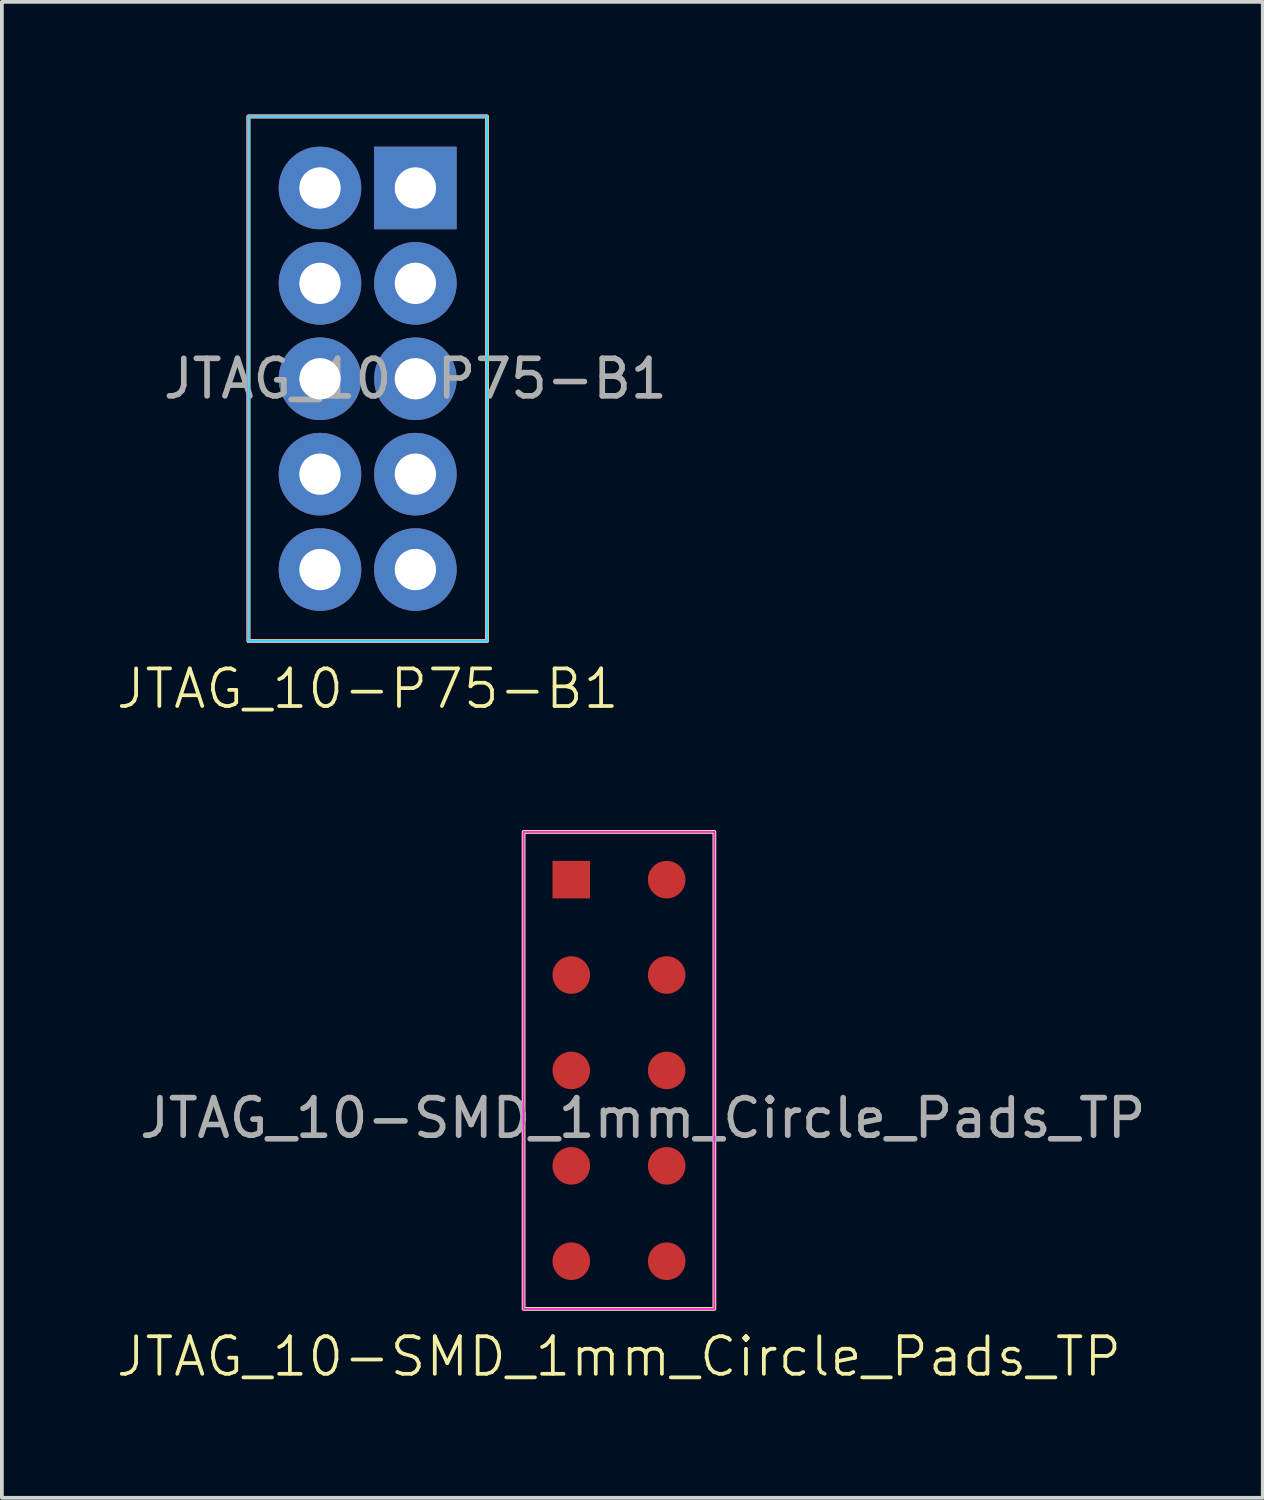
<source format=kicad_pcb>
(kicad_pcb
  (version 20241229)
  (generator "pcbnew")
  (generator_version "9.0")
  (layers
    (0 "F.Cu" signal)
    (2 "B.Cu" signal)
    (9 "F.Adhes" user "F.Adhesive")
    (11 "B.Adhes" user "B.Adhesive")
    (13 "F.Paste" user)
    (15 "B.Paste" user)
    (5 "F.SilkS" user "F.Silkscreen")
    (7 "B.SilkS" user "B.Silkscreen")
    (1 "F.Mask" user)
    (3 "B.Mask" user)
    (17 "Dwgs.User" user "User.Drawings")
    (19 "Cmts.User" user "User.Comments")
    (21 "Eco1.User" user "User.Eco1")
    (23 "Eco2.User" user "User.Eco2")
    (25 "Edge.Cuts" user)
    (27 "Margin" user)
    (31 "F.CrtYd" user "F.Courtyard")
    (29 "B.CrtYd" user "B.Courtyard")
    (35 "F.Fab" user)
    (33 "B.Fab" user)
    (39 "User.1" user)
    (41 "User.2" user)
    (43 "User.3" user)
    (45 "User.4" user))
  (footprint "JTAG_10-SMD_1mm_Circle_Pads_TP"
    (layer "F.Cu")
    (at 13.431 25.451)
    (property "Reference" "JTAG_10-SMD_1mm_Circle_Pads_TP" (at 0 7.62 0) (unlocked yes) (layer "F.SilkS") (effects (font (size 1 1) (thickness 0.1))))
    (attr smd)
    (fp_rect (start -2.54 -6.35) (end 2.54 6.35) (stroke (width 0.1) (type default)) (fill no) (layer "F.SilkS"))
    (fp_rect (start -2.54 -6.35) (end 2.54 6.35) (stroke (width 0.05) (type default)) (fill no) (layer "F.CrtYd"))
    (fp_text user "${REFERENCE}" (at 0.635 1.27 0) (unlocked yes) (layer "F.Fab") (effects (font (size 1 1) (thickness 0.15))))
    (pad "1" smd rect (at -1.27 -5.08) (size 1 1) (layers "F.Cu" "F.Mask" "F.Paste"))
    (pad "2" smd circle (at 1.27 -5.08) (size 1 1) (layers "F.Cu" "F.Mask" "F.Paste"))
    (pad "3" smd circle (at -1.27 -2.54) (size 1 1) (layers "F.Cu" "F.Mask" "F.Paste"))
    (pad "4" smd circle (at 1.27 -2.54) (size 1 1) (layers "F.Cu" "F.Mask" "F.Paste"))
    (pad "5" smd circle (at -1.27 0) (size 1 1) (layers "F.Cu" "F.Mask" "F.Paste"))
    (pad "6" smd circle (at 1.27 0) (size 1 1) (layers "F.Cu" "F.Mask" "F.Paste"))
    (pad "7" smd circle (at -1.27 2.54) (size 1 1) (layers "F.Cu" "F.Mask" "F.Paste"))
    (pad "8" smd circle (at 1.27 2.54) (size 1 1) (layers "F.Cu" "F.Mask" "F.Paste"))
    (pad "9" smd circle (at -1.27 5.08) (size 1 1) (layers "F.Cu" "F.Mask" "F.Paste"))
    (pad "10" smd circle (at 1.27 5.08) (size 1 1) (layers "F.Cu" "F.Mask" "F.Paste")))
  (footprint "JTAG_10-P75-B1"
    (layer "F.Cu")
    (at 6.74 7.035)
    (property "Reference" "JTAG_10-P75-B1" (at 0 8.255 0) (unlocked yes) (layer "F.SilkS") (effects (font (size 1 1) (thickness 0.1))))
    (attr through_hole)
    (fp_rect (start -3.175 -6.985) (end 3.175 6.985) (stroke (width 0.1) (type default)) (fill no) (layer "F.SilkS"))
    (fp_rect (start -3.175 -6.985) (end 3.175 6.985) (stroke (width 0.1) (type default)) (fill no) (layer "B.SilkS"))
    (fp_rect (start -3.175 -6.985) (end 3.175 6.985) (stroke (width 0.05) (type default)) (fill no) (layer "B.CrtYd"))
    (fp_rect (start -3.175 -6.985) (end 3.175 6.985) (stroke (width 0.05) (type default)) (fill no) (layer "F.CrtYd"))
    (fp_text user "${REFERENCE}" (at 1.27 0 0) (unlocked yes) (layer "F.Fab") (effects (font (size 1 1) (thickness 0.15))))
    (pad "1" thru_hole rect (at 1.27 -5.08) (size 2.2 2.2) (drill 1.1) (layers "*.Cu" "*.Mask"))
    (pad "2" thru_hole circle (at -1.27 -5.08) (size 2.2 2.2) (drill 1.1) (layers "*.Cu" "*.Mask"))
    (pad "3" thru_hole circle (at 1.27 -2.54) (size 2.2 2.2) (drill 1.1) (layers "*.Cu" "*.Mask"))
    (pad "4" thru_hole circle (at -1.27 -2.54) (size 2.2 2.2) (drill 1.1) (layers "*.Cu" "*.Mask"))
    (pad "5" thru_hole circle (at 1.27 0) (size 2.2 2.2) (drill 1.1) (layers "*.Cu" "*.Mask"))
    (pad "6" thru_hole circle (at -1.27 0) (size 2.2 2.2) (drill 1.1) (layers "*.Cu" "*.Mask"))
    (pad "7" thru_hole circle (at 1.27 2.54) (size 2.2 2.2) (drill 1.1) (layers "*.Cu" "*.Mask"))
    (pad "8" thru_hole circle (at -1.27 2.54) (size 2.2 2.2) (drill 1.1) (layers "*.Cu" "*.Mask"))
    (pad "9" thru_hole circle (at 1.27 5.08) (size 2.2 2.2) (drill 1.1) (layers "*.Cu" "*.Mask"))
    (pad "10" thru_hole circle (at -1.27 5.08) (size 2.2 2.2) (drill 1.1) (layers "*.Cu" "*.Mask")))
  (gr_rect
    (start -3 -3)
    (end 30.572 36.831)
    (stroke (width 0.1) (type default))
    (fill no)
    (layer "Edge.Cuts")))
</source>
